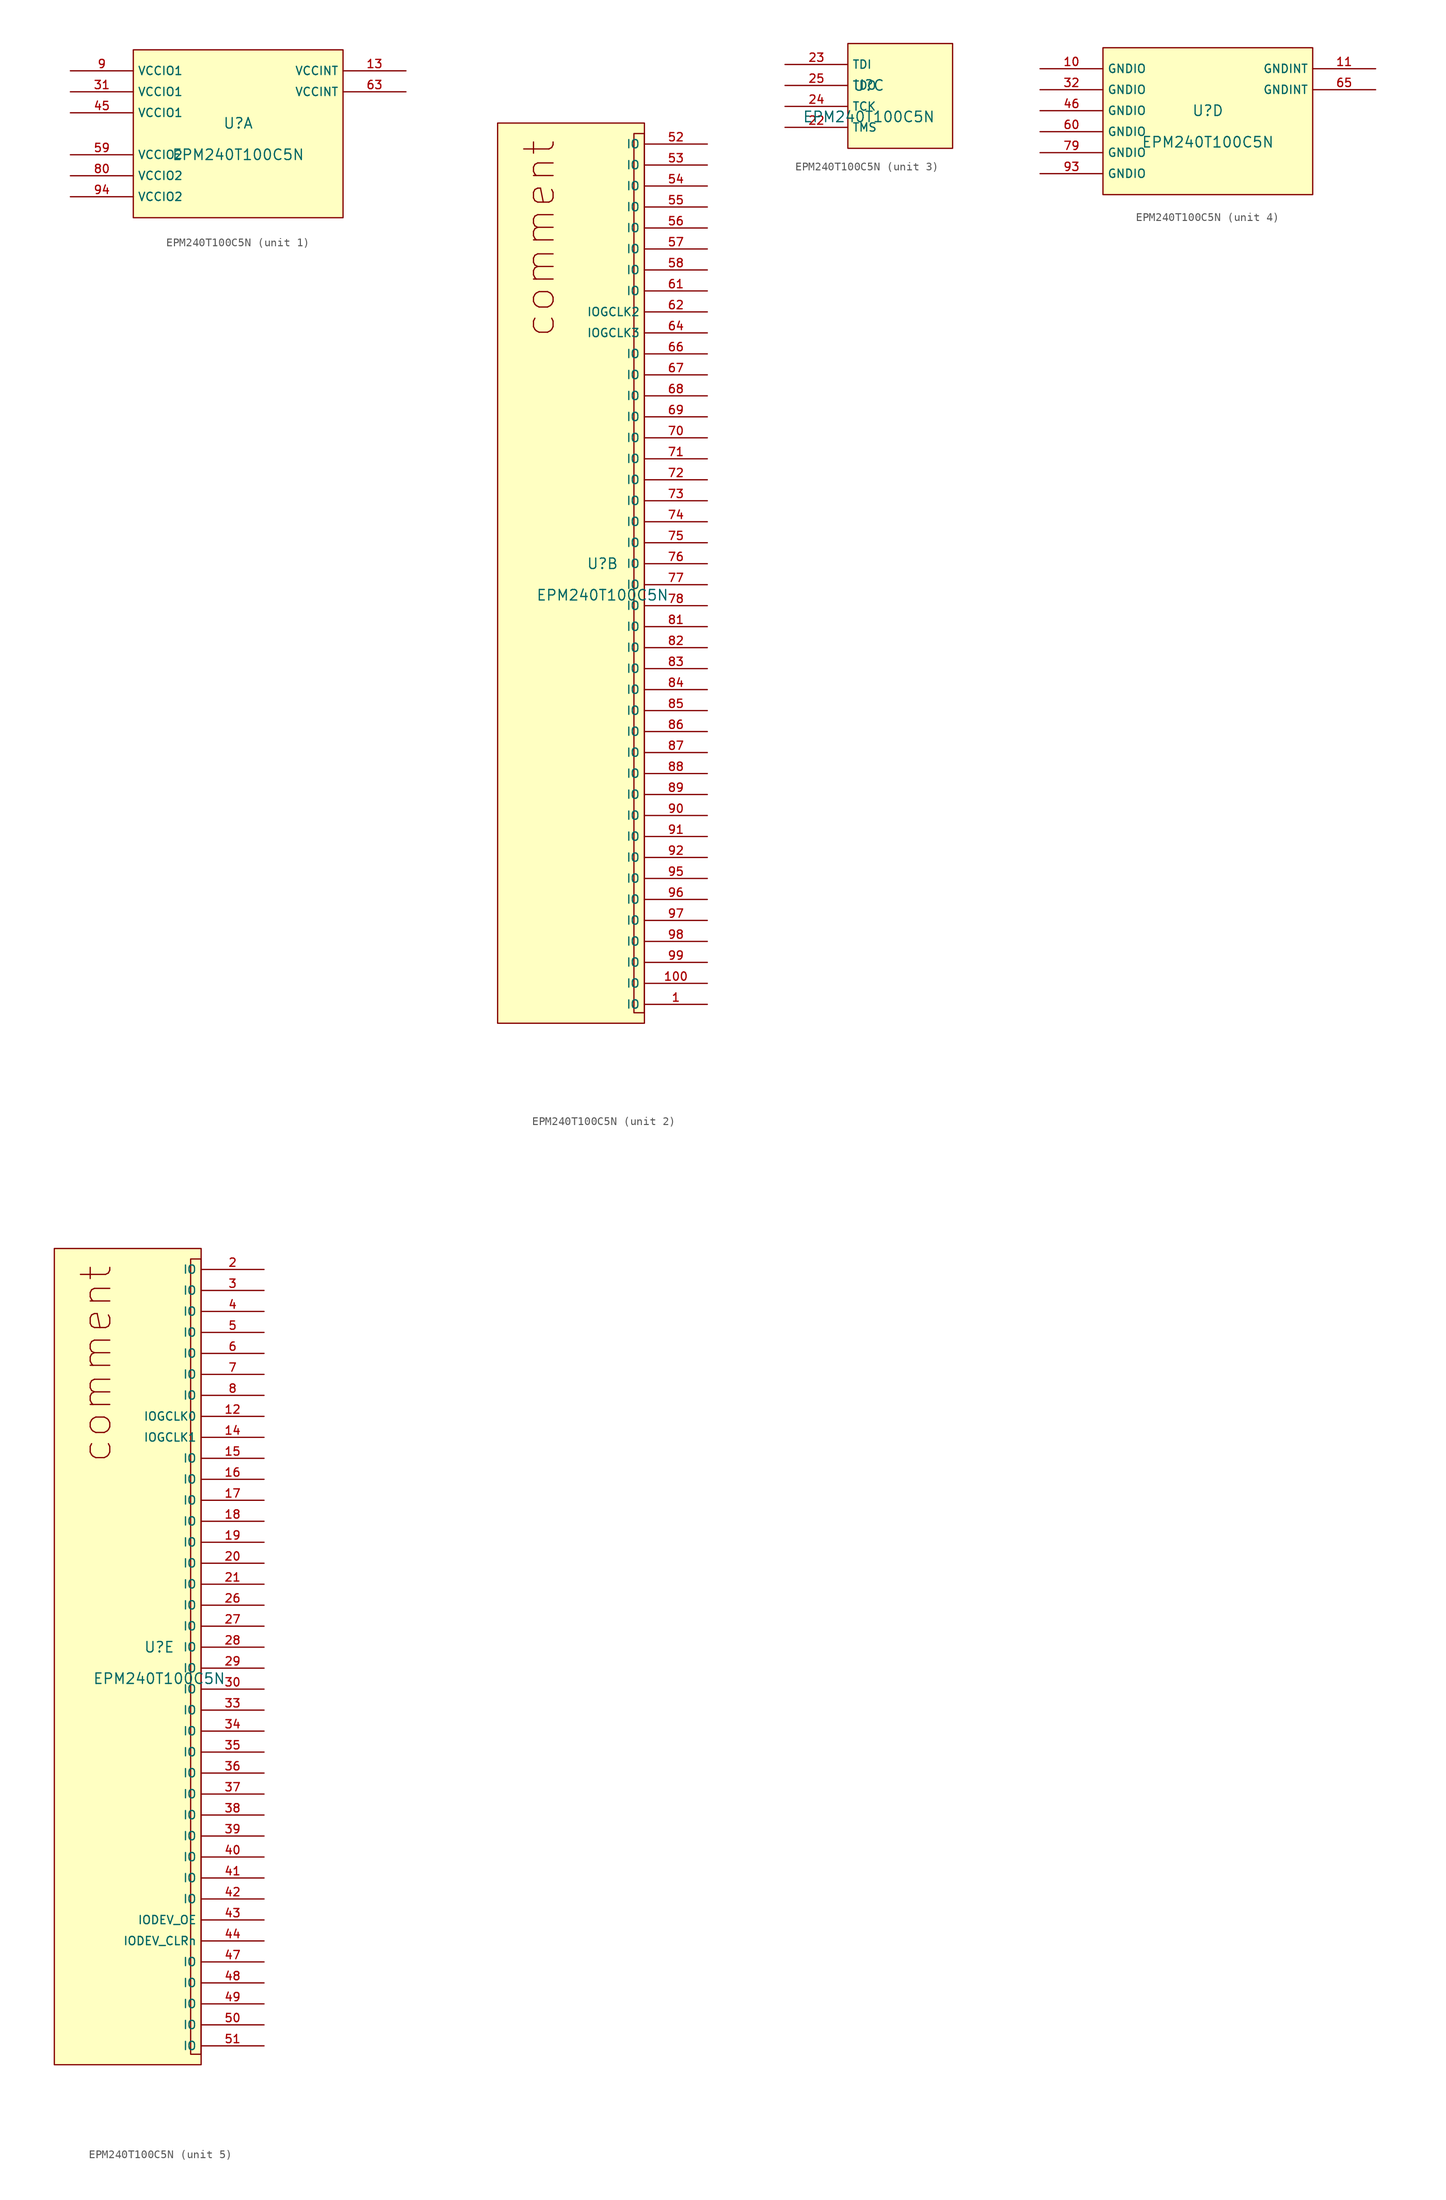
<source format=kicad_sym>
(kicad_symbol_lib
  (version 20210201)
  (generator TousstNicolas/JLC2KiCad_lib)
  (symbol "EPM240T100C5N"
    (property "Reference" "U"
      (at 0 1.27 0)
      (effects (font (size 1.27 1.27))))
    (property "Value" "EPM240T100C5N"
      (at 0 -2.54 0)
      (effects (font (size 1.27 1.27))))
    (symbol "EPM240T100C5N_1_1"
      (rectangle (start -12.7 10.16) (end 12.7 -10.16) (stroke (width 0) (type default) (color 0 0 0 0)) (fill (type background)))
      (pin power_in line (at -20.32 7.62 0) (length 7.62) (name "VCCIO1" (effects (font (size 1 1)))) (number "9" (effects (font (size 1 1)))))
      (pin power_in line (at 20.32 7.62 180) (length 7.62) (name "VCCINT" (effects (font (size 1 1)))) (number "13" (effects (font (size 1 1)))))
      (pin power_in line (at -20.32 5.08 0) (length 7.62) (name "VCCIO1" (effects (font (size 1 1)))) (number "31" (effects (font (size 1 1)))))
      (pin power_in line (at -20.32 2.54 0) (length 7.62) (name "VCCIO1" (effects (font (size 1 1)))) (number "45" (effects (font (size 1 1)))))
      (pin power_in line (at -20.32 -2.54 0) (length 7.62) (name "VCCIO2" (effects (font (size 1 1)))) (number "59" (effects (font (size 1 1)))))
      (pin power_in line (at 20.32 5.08 180) (length 7.62) (name "VCCINT" (effects (font (size 1 1)))) (number "63" (effects (font (size 1 1)))))
      (pin power_in line (at -20.32 -5.08 0) (length 7.62) (name "VCCIO2" (effects (font (size 1 1)))) (number "80" (effects (font (size 1 1)))))
      (pin power_in line (at -20.32 -7.62 0) (length 7.62) (name "VCCIO2" (effects (font (size 1 1)))) (number "94" (effects (font (size 1 1))))))
    (symbol "EPM240T100C5N_2_1"
      (rectangle (start -12.7 54.61) (end 5.08 -54.356) (stroke (width 0) (type default) (color 0 0 0 0)) (fill (type background)))
      (rectangle (start 3.81 53.34) (end 5.08 -53.086) (stroke (width 0) (type default) (color 0 0 0 0)) (fill (type background)))
      (text "comment" (at -7.62 40.64 2700.0) (effects (font (size 3.556 3.556))))
      (pin bidirectional line (at 12.7 52.07 180) (length 7.62) (name "IO" (effects (font (size 1 1)))) (number "52" (effects (font (size 1 1)))))
      (pin bidirectional line (at 12.7 49.53 180) (length 7.62) (name "IO" (effects (font (size 1 1)))) (number "53" (effects (font (size 1 1)))))
      (pin bidirectional line (at 12.7 46.99 180) (length 7.62) (name "IO" (effects (font (size 1 1)))) (number "54" (effects (font (size 1 1)))))
      (pin bidirectional line (at 12.7 44.45 180) (length 7.62) (name "IO" (effects (font (size 1 1)))) (number "55" (effects (font (size 1 1)))))
      (pin bidirectional line (at 12.7 41.91 180) (length 7.62) (name "IO" (effects (font (size 1 1)))) (number "56" (effects (font (size 1 1)))))
      (pin bidirectional line (at 12.7 39.37 180) (length 7.62) (name "IO" (effects (font (size 1 1)))) (number "57" (effects (font (size 1 1)))))
      (pin bidirectional line (at 12.7 36.83 180) (length 7.62) (name "IO" (effects (font (size 1 1)))) (number "58" (effects (font (size 1 1)))))
      (pin bidirectional line (at 12.7 34.29 180) (length 7.62) (name "IO" (effects (font (size 1 1)))) (number "61" (effects (font (size 1 1)))))
      (pin bidirectional line (at 12.7 31.75 180) (length 7.62) (name "IOGCLK2" (effects (font (size 1 1)))) (number "62" (effects (font (size 1 1)))))
      (pin bidirectional line (at 12.7 29.21 180) (length 7.62) (name "IOGCLK3" (effects (font (size 1 1)))) (number "64" (effects (font (size 1 1)))))
      (pin bidirectional line (at 12.7 26.67 180) (length 7.62) (name "IO" (effects (font (size 1 1)))) (number "66" (effects (font (size 1 1)))))
      (pin bidirectional line (at 12.7 24.13 180) (length 7.62) (name "IO" (effects (font (size 1 1)))) (number "67" (effects (font (size 1 1)))))
      (pin bidirectional line (at 12.7 21.59 180) (length 7.62) (name "IO" (effects (font (size 1 1)))) (number "68" (effects (font (size 1 1)))))
      (pin bidirectional line (at 12.7 19.05 180) (length 7.62) (name "IO" (effects (font (size 1 1)))) (number "69" (effects (font (size 1 1)))))
      (pin bidirectional line (at 12.7 16.51 180) (length 7.62) (name "IO" (effects (font (size 1 1)))) (number "70" (effects (font (size 1 1)))))
      (pin bidirectional line (at 12.7 13.97 180) (length 7.62) (name "IO" (effects (font (size 1 1)))) (number "71" (effects (font (size 1 1)))))
      (pin bidirectional line (at 12.7 11.43 180) (length 7.62) (name "IO" (effects (font (size 1 1)))) (number "72" (effects (font (size 1 1)))))
      (pin bidirectional line (at 12.7 8.89 180) (length 7.62) (name "IO" (effects (font (size 1 1)))) (number "73" (effects (font (size 1 1)))))
      (pin bidirectional line (at 12.7 6.35 180) (length 7.62) (name "IO" (effects (font (size 1 1)))) (number "74" (effects (font (size 1 1)))))
      (pin bidirectional line (at 12.7 3.81 180) (length 7.62) (name "IO" (effects (font (size 1 1)))) (number "75" (effects (font (size 1 1)))))
      (pin bidirectional line (at 12.7 1.27 180) (length 7.62) (name "IO" (effects (font (size 1 1)))) (number "76" (effects (font (size 1 1)))))
      (pin bidirectional line (at 12.7 -1.27 180) (length 7.62) (name "IO" (effects (font (size 1 1)))) (number "77" (effects (font (size 1 1)))))
      (pin bidirectional line (at 12.7 -3.81 180) (length 7.62) (name "IO" (effects (font (size 1 1)))) (number "78" (effects (font (size 1 1)))))
      (pin bidirectional line (at 12.7 -6.35 180) (length 7.62) (name "IO" (effects (font (size 1 1)))) (number "81" (effects (font (size 1 1)))))
      (pin bidirectional line (at 12.7 -8.89 180) (length 7.62) (name "IO" (effects (font (size 1 1)))) (number "82" (effects (font (size 1 1)))))
      (pin bidirectional line (at 12.7 -11.43 180) (length 7.62) (name "IO" (effects (font (size 1 1)))) (number "83" (effects (font (size 1 1)))))
      (pin bidirectional line (at 12.7 -13.97 180) (length 7.62) (name "IO" (effects (font (size 1 1)))) (number "84" (effects (font (size 1 1)))))
      (pin bidirectional line (at 12.7 -16.51 180) (length 7.62) (name "IO" (effects (font (size 1 1)))) (number "85" (effects (font (size 1 1)))))
      (pin bidirectional line (at 12.7 -19.05 180) (length 7.62) (name "IO" (effects (font (size 1 1)))) (number "86" (effects (font (size 1 1)))))
      (pin bidirectional line (at 12.7 -21.59 180) (length 7.62) (name "IO" (effects (font (size 1 1)))) (number "87" (effects (font (size 1 1)))))
      (pin bidirectional line (at 12.7 -24.13 180) (length 7.62) (name "IO" (effects (font (size 1 1)))) (number "88" (effects (font (size 1 1)))))
      (pin bidirectional line (at 12.7 -26.67 180) (length 7.62) (name "IO" (effects (font (size 1 1)))) (number "89" (effects (font (size 1 1)))))
      (pin bidirectional line (at 12.7 -29.21 180) (length 7.62) (name "IO" (effects (font (size 1 1)))) (number "90" (effects (font (size 1 1)))))
      (pin bidirectional line (at 12.7 -31.75 180) (length 7.62) (name "IO" (effects (font (size 1 1)))) (number "91" (effects (font (size 1 1)))))
      (pin bidirectional line (at 12.7 -34.29 180) (length 7.62) (name "IO" (effects (font (size 1 1)))) (number "92" (effects (font (size 1 1)))))
      (pin bidirectional line (at 12.7 -36.83 180) (length 7.62) (name "IO" (effects (font (size 1 1)))) (number "95" (effects (font (size 1 1)))))
      (pin bidirectional line (at 12.7 -39.37 180) (length 7.62) (name "IO" (effects (font (size 1 1)))) (number "96" (effects (font (size 1 1)))))
      (pin bidirectional line (at 12.7 -41.91 180) (length 7.62) (name "IO" (effects (font (size 1 1)))) (number "97" (effects (font (size 1 1)))))
      (pin bidirectional line (at 12.7 -44.45 180) (length 7.62) (name "IO" (effects (font (size 1 1)))) (number "98" (effects (font (size 1 1)))))
      (pin bidirectional line (at 12.7 -46.99 180) (length 7.62) (name "IO" (effects (font (size 1 1)))) (number "99" (effects (font (size 1 1)))))
      (pin bidirectional line (at 12.7 -49.53 180) (length 7.62) (name "IO" (effects (font (size 1 1)))) (number "100" (effects (font (size 1 1)))))
      (pin bidirectional line (at 12.7 -52.07 180) (length 7.62) (name "IO" (effects (font (size 1 1)))) (number "1" (effects (font (size 1 1))))))
    (symbol "EPM240T100C5N_3_1"
      (rectangle (start -2.54 6.35) (end 10.16 -6.35) (stroke (width 0) (type default) (color 0 0 0 0)) (fill (type background)))
      (pin unspecified line (at -10.16 -3.81 0) (length 7.62) (name "TMS" (effects (font (size 1 1)))) (number "22" (effects (font (size 1 1)))))
      (pin unspecified line (at -10.16 3.81 0) (length 7.62) (name "TDI" (effects (font (size 1 1)))) (number "23" (effects (font (size 1 1)))))
      (pin unspecified line (at -10.16 -1.27 0) (length 7.62) (name "TCK" (effects (font (size 1 1)))) (number "24" (effects (font (size 1 1)))))
      (pin output line (at -10.16 1.27 0) (length 7.62) (name "TDO" (effects (font (size 1 1)))) (number "25" (effects (font (size 1 1))))))
    (symbol "EPM240T100C5N_4_1"
      (rectangle (start -12.7 8.89) (end 12.7 -8.89) (stroke (width 0) (type default) (color 0 0 0 0)) (fill (type background)))
      (pin power_in line (at -20.32 6.35 0) (length 7.62) (name "GNDIO" (effects (font (size 1 1)))) (number "10" (effects (font (size 1 1)))))
      (pin power_in line (at 20.32 6.35 180) (length 7.62) (name "GNDINT" (effects (font (size 1 1)))) (number "11" (effects (font (size 1 1)))))
      (pin power_in line (at -20.32 3.81 0) (length 7.62) (name "GNDIO" (effects (font (size 1 1)))) (number "32" (effects (font (size 1 1)))))
      (pin power_in line (at -20.32 1.27 0) (length 7.62) (name "GNDIO" (effects (font (size 1 1)))) (number "46" (effects (font (size 1 1)))))
      (pin power_in line (at -20.32 -1.27 0) (length 7.62) (name "GNDIO" (effects (font (size 1 1)))) (number "60" (effects (font (size 1 1)))))
      (pin power_in line (at 20.32 3.81 180) (length 7.62) (name "GNDINT" (effects (font (size 1 1)))) (number "65" (effects (font (size 1 1)))))
      (pin power_in line (at -20.32 -3.81 0) (length 7.62) (name "GNDIO" (effects (font (size 1 1)))) (number "79" (effects (font (size 1 1)))))
      (pin power_in line (at -20.32 -6.35 0) (length 7.62) (name "GNDIO" (effects (font (size 1 1)))) (number "93" (effects (font (size 1 1))))))
    (symbol "EPM240T100C5N_5_1"
      (rectangle (start -12.7 49.53) (end 5.08 -49.276) (stroke (width 0) (type default) (color 0 0 0 0)) (fill (type background)))
      (rectangle (start 3.81 48.26) (end 5.08 -48.006) (stroke (width 0) (type default) (color 0 0 0 0)) (fill (type background)))
      (text "comment" (at -7.62 35.56 2700.0) (effects (font (size 3.556 3.556))))
      (pin bidirectional line (at 12.7 46.99 180) (length 7.62) (name "IO" (effects (font (size 1 1)))) (number "2" (effects (font (size 1 1)))))
      (pin bidirectional line (at 12.7 44.45 180) (length 7.62) (name "IO" (effects (font (size 1 1)))) (number "3" (effects (font (size 1 1)))))
      (pin bidirectional line (at 12.7 41.91 180) (length 7.62) (name "IO" (effects (font (size 1 1)))) (number "4" (effects (font (size 1 1)))))
      (pin bidirectional line (at 12.7 39.37 180) (length 7.62) (name "IO" (effects (font (size 1 1)))) (number "5" (effects (font (size 1 1)))))
      (pin bidirectional line (at 12.7 36.83 180) (length 7.62) (name "IO" (effects (font (size 1 1)))) (number "6" (effects (font (size 1 1)))))
      (pin bidirectional line (at 12.7 34.29 180) (length 7.62) (name "IO" (effects (font (size 1 1)))) (number "7" (effects (font (size 1 1)))))
      (pin bidirectional line (at 12.7 31.75 180) (length 7.62) (name "IO" (effects (font (size 1 1)))) (number "8" (effects (font (size 1 1)))))
      (pin bidirectional line (at 12.7 29.21 180) (length 7.62) (name "IOGCLK0" (effects (font (size 1 1)))) (number "12" (effects (font (size 1 1)))))
      (pin bidirectional line (at 12.7 26.67 180) (length 7.62) (name "IOGCLK1" (effects (font (size 1 1)))) (number "14" (effects (font (size 1 1)))))
      (pin bidirectional line (at 12.7 24.13 180) (length 7.62) (name "IO" (effects (font (size 1 1)))) (number "15" (effects (font (size 1 1)))))
      (pin bidirectional line (at 12.7 21.59 180) (length 7.62) (name "IO" (effects (font (size 1 1)))) (number "16" (effects (font (size 1 1)))))
      (pin bidirectional line (at 12.7 19.05 180) (length 7.62) (name "IO" (effects (font (size 1 1)))) (number "17" (effects (font (size 1 1)))))
      (pin bidirectional line (at 12.7 16.51 180) (length 7.62) (name "IO" (effects (font (size 1 1)))) (number "18" (effects (font (size 1 1)))))
      (pin bidirectional line (at 12.7 13.97 180) (length 7.62) (name "IO" (effects (font (size 1 1)))) (number "19" (effects (font (size 1 1)))))
      (pin bidirectional line (at 12.7 11.43 180) (length 7.62) (name "IO" (effects (font (size 1 1)))) (number "20" (effects (font (size 1 1)))))
      (pin bidirectional line (at 12.7 8.89 180) (length 7.62) (name "IO" (effects (font (size 1 1)))) (number "21" (effects (font (size 1 1)))))
      (pin bidirectional line (at 12.7 6.35 180) (length 7.62) (name "IO" (effects (font (size 1 1)))) (number "26" (effects (font (size 1 1)))))
      (pin bidirectional line (at 12.7 3.81 180) (length 7.62) (name "IO" (effects (font (size 1 1)))) (number "27" (effects (font (size 1 1)))))
      (pin bidirectional line (at 12.7 1.27 180) (length 7.62) (name "IO" (effects (font (size 1 1)))) (number "28" (effects (font (size 1 1)))))
      (pin bidirectional line (at 12.7 -1.27 180) (length 7.62) (name "IO" (effects (font (size 1 1)))) (number "29" (effects (font (size 1 1)))))
      (pin bidirectional line (at 12.7 -3.81 180) (length 7.62) (name "IO" (effects (font (size 1 1)))) (number "30" (effects (font (size 1 1)))))
      (pin bidirectional line (at 12.7 -6.35 180) (length 7.62) (name "IO" (effects (font (size 1 1)))) (number "33" (effects (font (size 1 1)))))
      (pin bidirectional line (at 12.7 -8.89 180) (length 7.62) (name "IO" (effects (font (size 1 1)))) (number "34" (effects (font (size 1 1)))))
      (pin bidirectional line (at 12.7 -11.43 180) (length 7.62) (name "IO" (effects (font (size 1 1)))) (number "35" (effects (font (size 1 1)))))
      (pin bidirectional line (at 12.7 -13.97 180) (length 7.62) (name "IO" (effects (font (size 1 1)))) (number "36" (effects (font (size 1 1)))))
      (pin bidirectional line (at 12.7 -16.51 180) (length 7.62) (name "IO" (effects (font (size 1 1)))) (number "37" (effects (font (size 1 1)))))
      (pin bidirectional line (at 12.7 -19.05 180) (length 7.62) (name "IO" (effects (font (size 1 1)))) (number "38" (effects (font (size 1 1)))))
      (pin bidirectional line (at 12.7 -21.59 180) (length 7.62) (name "IO" (effects (font (size 1 1)))) (number "39" (effects (font (size 1 1)))))
      (pin bidirectional line (at 12.7 -24.13 180) (length 7.62) (name "IO" (effects (font (size 1 1)))) (number "40" (effects (font (size 1 1)))))
      (pin bidirectional line (at 12.7 -26.67 180) (length 7.62) (name "IO" (effects (font (size 1 1)))) (number "41" (effects (font (size 1 1)))))
      (pin bidirectional line (at 12.7 -29.21 180) (length 7.62) (name "IO" (effects (font (size 1 1)))) (number "42" (effects (font (size 1 1)))))
      (pin bidirectional line (at 12.7 -31.75 180) (length 7.62) (name "IODEV_OE" (effects (font (size 1 1)))) (number "43" (effects (font (size 1 1)))))
      (pin bidirectional line (at 12.7 -34.29 180) (length 7.62) (name "IODEV_CLRn" (effects (font (size 1 1)))) (number "44" (effects (font (size 1 1)))))
      (pin bidirectional line (at 12.7 -36.83 180) (length 7.62) (name "IO" (effects (font (size 1 1)))) (number "47" (effects (font (size 1 1)))))
      (pin bidirectional line (at 12.7 -39.37 180) (length 7.62) (name "IO" (effects (font (size 1 1)))) (number "48" (effects (font (size 1 1)))))
      (pin bidirectional line (at 12.7 -41.91 180) (length 7.62) (name "IO" (effects (font (size 1 1)))) (number "49" (effects (font (size 1 1)))))
      (pin bidirectional line (at 12.7 -44.45 180) (length 7.62) (name "IO" (effects (font (size 1 1)))) (number "50" (effects (font (size 1 1)))))
      (pin bidirectional line (at 12.7 -46.99 180) (length 7.62) (name "IO" (effects (font (size 1 1)))) (number "51" (effects (font (size 1 1))))))))
</source>
